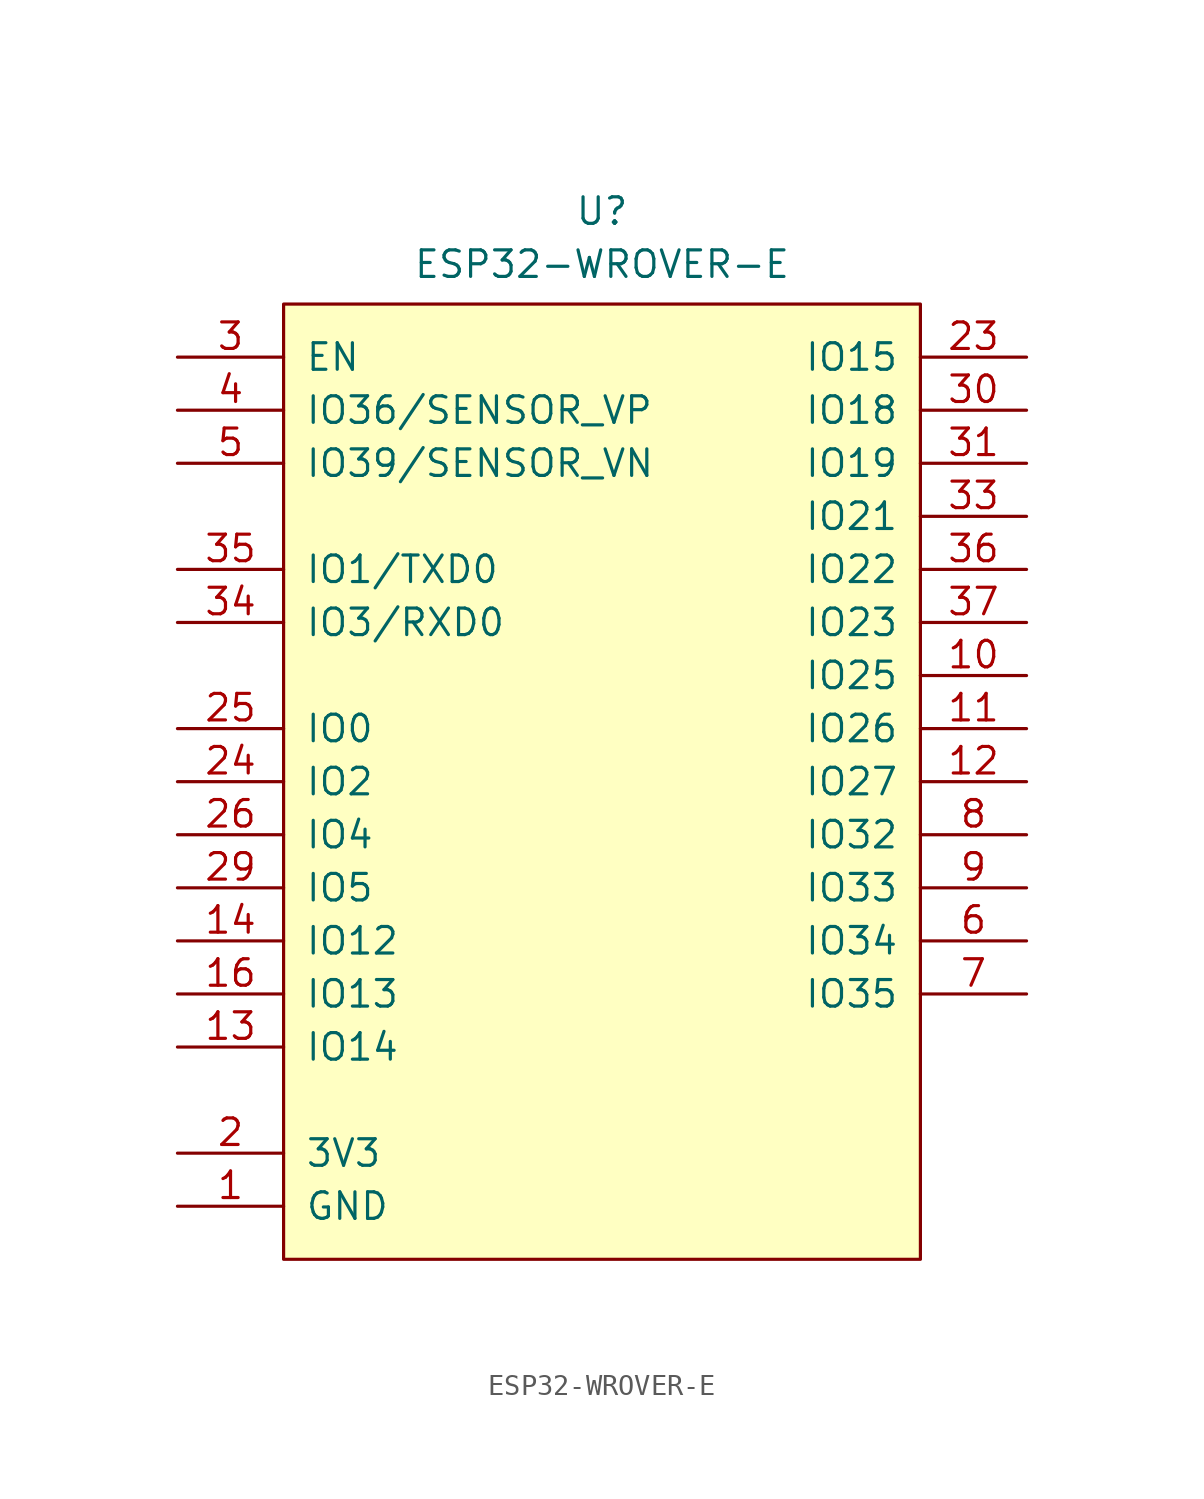
<source format=kicad_sym>
(kicad_symbol_lib
  (version 20220914)
  (generator kicad_symbol_editor)
  (symbol "ESP32-WROVER-E"
    (pin_names
      (offset 1.016))
    (property "Reference" "U"
      (at 0 29.845 0)
      (do_not_autoplace)
      (effects (font (size 1.27 1.27))))
    (property "Value" "ESP32-WROVER-E"
      (at 0 27.305 0)
      (do_not_autoplace)
      (effects (font (size 1.27 1.27))))
    (symbol "ESP32-WROVER-E_0_1"
      (rectangle (start -15.24 25.4) (end 15.24 -20.32) (stroke (width 0) (type solid)) (fill (type background))))
    (symbol "ESP32-WROVER-E_1_1"
      (pin power_in line (at -20.32 -17.78 0) (length 5.08) (name "GND" (effects (font (size 1.27 1.27)))) (number "1" (effects (font (size 1.27 1.27)))))
      (pin bidirectional line (at 20.32 7.62 180) (length 5.08) (name "IO25" (effects (font (size 1.27 1.27)))) (number "10" (effects (font (size 1.27 1.27)))))
      (pin bidirectional line (at 20.32 5.08 180) (length 5.08) (name "IO26" (effects (font (size 1.27 1.27)))) (number "11" (effects (font (size 1.27 1.27)))))
      (pin bidirectional line (at 20.32 2.54 180) (length 5.08) (name "IO27" (effects (font (size 1.27 1.27)))) (number "12" (effects (font (size 1.27 1.27)))))
      (pin bidirectional line (at -20.32 -10.16 0) (length 5.08) (name "IO14" (effects (font (size 1.27 1.27)))) (number "13" (effects (font (size 1.27 1.27)))))
      (pin bidirectional line (at -20.32 -5.08 0) (length 5.08) (name "IO12" (effects (font (size 1.27 1.27)))) (number "14" (effects (font (size 1.27 1.27)))))
      (pin power_in line (at -20.32 -17.78 0) (length 5.08) hide (name "GND" (effects (font (size 1.27 1.27)))) (number "15" (effects (font (size 1.27 1.27)))))
      (pin bidirectional line (at -20.32 -7.62 0) (length 5.08) (name "IO13" (effects (font (size 1.27 1.27)))) (number "16" (effects (font (size 1.27 1.27)))))
      (pin no_connect line (at 20.32 -18.415 180) (length 5.08) hide (name "NC" (effects (font (size 1.27 1.27)))) (number "17" (effects (font (size 1.27 1.27)))))
      (pin no_connect line (at 20.32 -18.415 180) (length 5.08) hide (name "NC" (effects (font (size 1.27 1.27)))) (number "18" (effects (font (size 1.27 1.27)))))
      (pin no_connect line (at 20.32 -18.415 180) (length 5.08) hide (name "NC" (effects (font (size 1.27 1.27)))) (number "19" (effects (font (size 1.27 1.27)))))
      (pin power_in line (at -20.32 -15.24 0) (length 5.08) (name "3V3" (effects (font (size 1.27 1.27)))) (number "2" (effects (font (size 1.27 1.27)))))
      (pin no_connect line (at 20.32 -18.415 180) (length 5.08) hide (name "NC" (effects (font (size 1.27 1.27)))) (number "20" (effects (font (size 1.27 1.27)))))
      (pin no_connect line (at 20.32 -18.415 180) (length 5.08) hide (name "NC" (effects (font (size 1.27 1.27)))) (number "21" (effects (font (size 1.27 1.27)))))
      (pin no_connect line (at 20.32 -18.415 180) (length 5.08) hide (name "NC" (effects (font (size 1.27 1.27)))) (number "22" (effects (font (size 1.27 1.27)))))
      (pin bidirectional line (at 20.32 22.86 180) (length 5.08) (name "IO15" (effects (font (size 1.27 1.27)))) (number "23" (effects (font (size 1.27 1.27)))))
      (pin bidirectional line (at -20.32 2.54 0) (length 5.08) (name "IO2" (effects (font (size 1.27 1.27)))) (number "24" (effects (font (size 1.27 1.27)))))
      (pin bidirectional line (at -20.32 5.08 0) (length 5.08) (name "IO0" (effects (font (size 1.27 1.27)))) (number "25" (effects (font (size 1.27 1.27)))))
      (pin bidirectional line (at -20.32 0 0) (length 5.08) (name "IO4" (effects (font (size 1.27 1.27)))) (number "26" (effects (font (size 1.27 1.27)))))
      (pin no_connect line (at 20.32 -18.415 180) (length 5.08) hide (name "NC" (effects (font (size 1.27 1.27)))) (number "27" (effects (font (size 1.27 1.27)))))
      (pin no_connect line (at 20.32 -18.415 180) (length 5.08) hide (name "NC" (effects (font (size 1.27 1.27)))) (number "28" (effects (font (size 1.27 1.27)))))
      (pin bidirectional line (at -20.32 -2.54 0) (length 5.08) (name "IO5" (effects (font (size 1.27 1.27)))) (number "29" (effects (font (size 1.27 1.27)))))
      (pin input line (at -20.32 22.86 0) (length 5.08) (name "EN" (effects (font (size 1.27 1.27)))) (number "3" (effects (font (size 1.27 1.27)))))
      (pin bidirectional line (at 20.32 20.32 180) (length 5.08) (name "IO18" (effects (font (size 1.27 1.27)))) (number "30" (effects (font (size 1.27 1.27)))))
      (pin bidirectional line (at 20.32 17.78 180) (length 5.08) (name "IO19" (effects (font (size 1.27 1.27)))) (number "31" (effects (font (size 1.27 1.27)))))
      (pin no_connect line (at 20.32 -18.415 180) (length 5.08) hide (name "NC" (effects (font (size 1.27 1.27)))) (number "32" (effects (font (size 1.27 1.27)))))
      (pin bidirectional line (at 20.32 15.24 180) (length 5.08) (name "IO21" (effects (font (size 1.27 1.27)))) (number "33" (effects (font (size 1.27 1.27)))))
      (pin output line (at -20.32 10.16 0) (length 5.08) (name "IO3/RXD0" (effects (font (size 1.27 1.27)))) (number "34" (effects (font (size 1.27 1.27)))))
      (pin output line (at -20.32 12.7 0) (length 5.08) (name "IO1/TXD0" (effects (font (size 1.27 1.27)))) (number "35" (effects (font (size 1.27 1.27)))))
      (pin bidirectional line (at 20.32 12.7 180) (length 5.08) (name "IO22" (effects (font (size 1.27 1.27)))) (number "36" (effects (font (size 1.27 1.27)))))
      (pin bidirectional line (at 20.32 10.16 180) (length 5.08) (name "IO23" (effects (font (size 1.27 1.27)))) (number "37" (effects (font (size 1.27 1.27)))))
      (pin power_in line (at -20.32 -17.78 0) (length 5.08) hide (name "GND" (effects (font (size 1.27 1.27)))) (number "38" (effects (font (size 1.27 1.27)))))
      (pin power_in line (at -20.32 -17.78 0) (length 5.08) hide (name "GND" (effects (font (size 1.27 1.27)))) (number "39" (effects (font (size 1.27 1.27)))))
      (pin input line (at -20.32 20.32 0) (length 5.08) (name "IO36/SENSOR_VP" (effects (font (size 1.27 1.27)))) (number "4" (effects (font (size 1.27 1.27)))))
      (pin input line (at -20.32 17.78 0) (length 5.08) (name "IO39/SENSOR_VN" (effects (font (size 1.27 1.27)))) (number "5" (effects (font (size 1.27 1.27)))))
      (pin bidirectional line (at 20.32 -5.08 180) (length 5.08) (name "IO34" (effects (font (size 1.27 1.27)))) (number "6" (effects (font (size 1.27 1.27)))))
      (pin bidirectional line (at 20.32 -7.62 180) (length 5.08) (name "IO35" (effects (font (size 1.27 1.27)))) (number "7" (effects (font (size 1.27 1.27)))))
      (pin bidirectional line (at 20.32 0 180) (length 5.08) (name "IO32" (effects (font (size 1.27 1.27)))) (number "8" (effects (font (size 1.27 1.27)))))
      (pin bidirectional line (at 20.32 -2.54 180) (length 5.08) (name "IO33" (effects (font (size 1.27 1.27)))) (number "9" (effects (font (size 1.27 1.27))))))))
</source>
